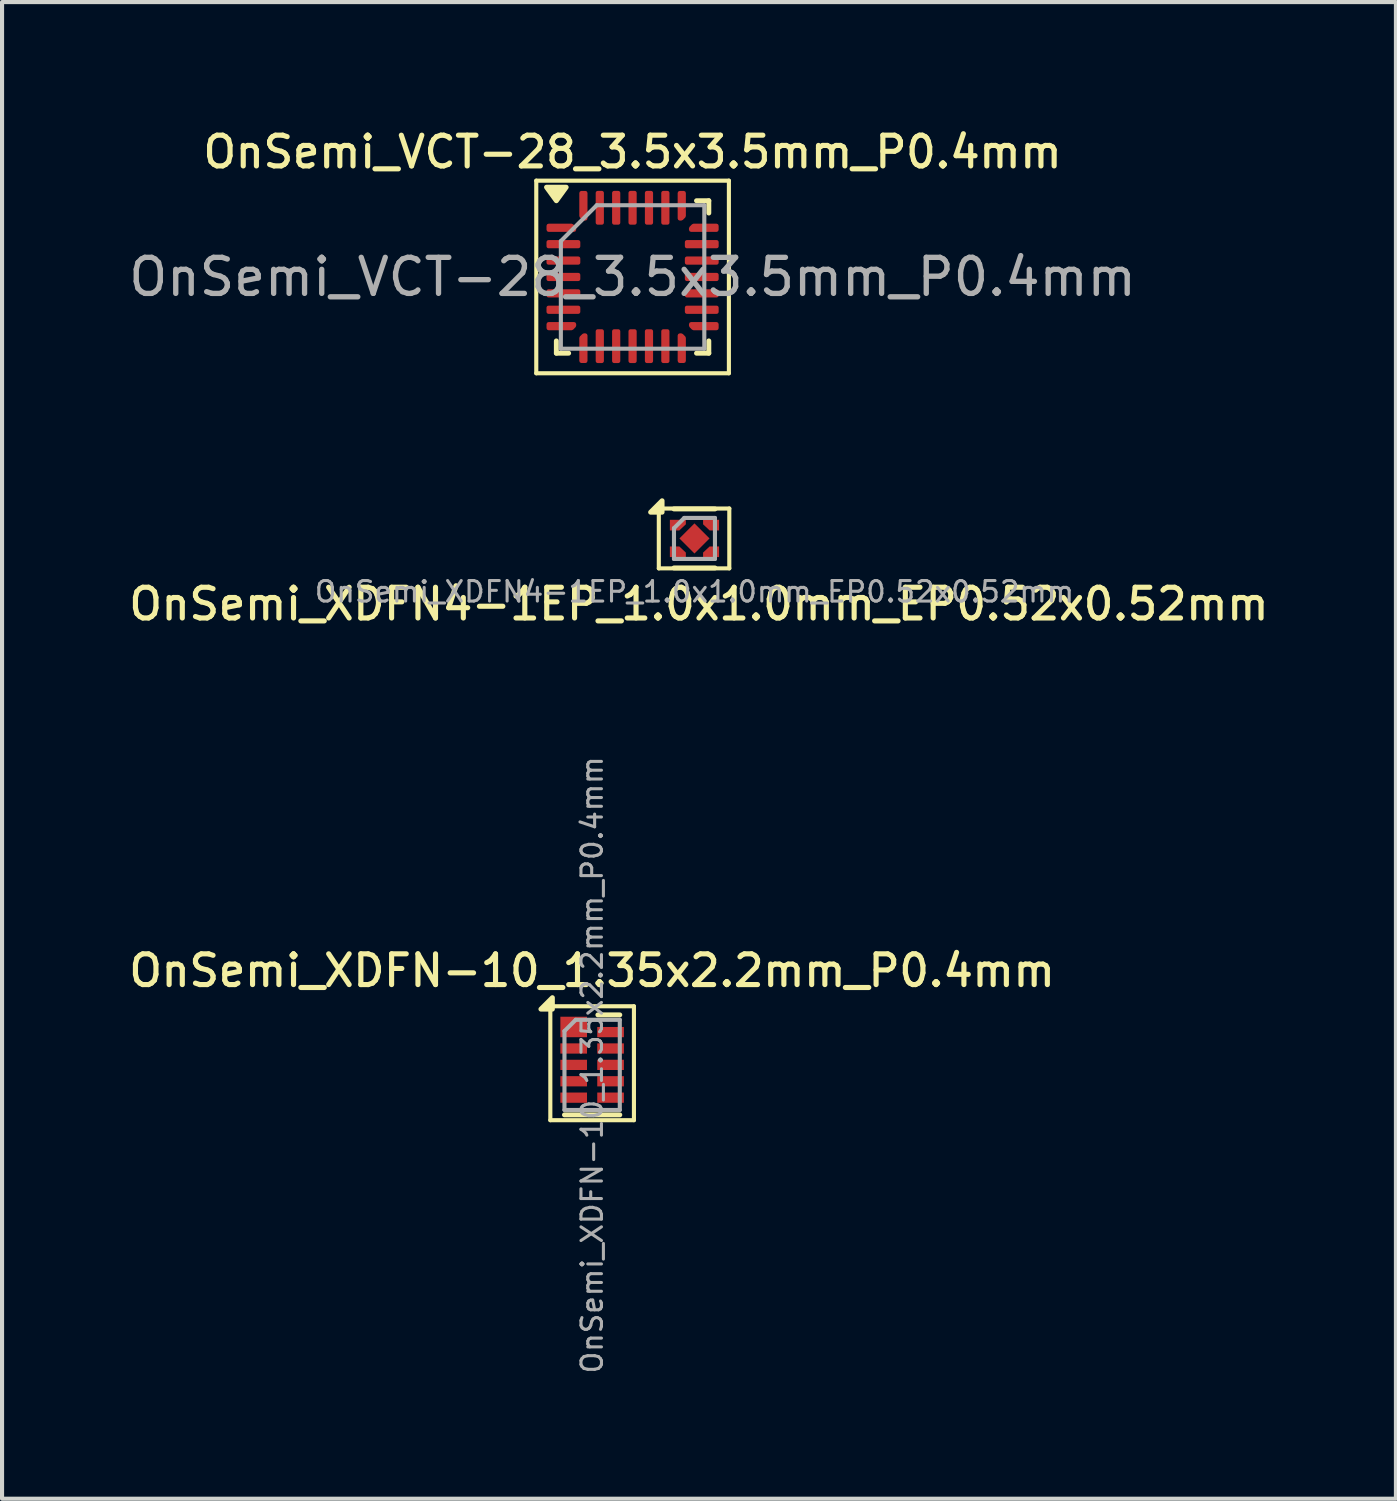
<source format=kicad_pcb>
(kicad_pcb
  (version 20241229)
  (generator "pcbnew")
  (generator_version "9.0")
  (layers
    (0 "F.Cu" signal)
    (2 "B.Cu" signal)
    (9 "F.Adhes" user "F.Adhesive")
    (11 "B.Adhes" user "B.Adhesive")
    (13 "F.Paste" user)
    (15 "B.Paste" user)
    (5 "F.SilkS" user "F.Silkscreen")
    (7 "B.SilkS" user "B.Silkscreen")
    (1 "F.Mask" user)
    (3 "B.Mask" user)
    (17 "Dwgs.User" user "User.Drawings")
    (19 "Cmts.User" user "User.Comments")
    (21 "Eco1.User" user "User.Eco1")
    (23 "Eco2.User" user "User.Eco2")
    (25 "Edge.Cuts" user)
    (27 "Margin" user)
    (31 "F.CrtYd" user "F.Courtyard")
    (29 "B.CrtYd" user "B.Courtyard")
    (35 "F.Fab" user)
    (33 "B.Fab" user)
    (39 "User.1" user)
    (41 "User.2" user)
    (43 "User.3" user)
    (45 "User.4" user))
  (footprint "OnSemi_XDFN-10_1.35x2.2mm_P0.4mm"
    (layer "F.Cu")
    (at 11.398 22.933)
    (property "Reference" "OnSemi_XDFN-10_1.35x2.2mm_P0.4mm" (at 0 -2.3 0) (layer "F.SilkS") (effects (font (size 0.75 0.75) (thickness 0.125))))
    (attr smd)
    (fp_line (start -1.02 -1.43) (end -1.02 1.35) (stroke (width 0.1) (type solid)) (layer "F.SilkS"))
    (fp_line (start -1.02 -1.43) (end 1.02 -1.43) (stroke (width 0.1) (type solid)) (layer "F.SilkS"))
    (fp_line (start -1.02 1.35) (end 1.02 1.35) (stroke (width 0.1) (type solid)) (layer "F.SilkS"))
    (fp_line (start -0.675 1.22) (end 0.675 1.22) (stroke (width 0.12) (type solid)) (layer "F.SilkS"))
    (fp_line (start 0.14 -1.22) (end 0.675 -1.22) (stroke (width 0.12) (type solid)) (layer "F.SilkS"))
    (fp_line (start 1.02 -1.43) (end 1.02 1.35) (stroke (width 0.1) (type solid)) (layer "F.SilkS"))
    (fp_poly (pts (xy -0.97 -1.36) (xy -1.25 -1.36) (xy -0.97 -1.64) (xy -0.97 -1.36)) (stroke (width 0.12) (type solid)) (fill yes) (layer "F.SilkS"))
    (fp_line (start -0.675 -0.825) (end -0.4 -1.1) (stroke (width 0.1) (type solid)) (layer "F.Fab"))
    (fp_line (start -0.675 1.1) (end -0.675 -0.825) (stroke (width 0.1) (type solid)) (layer "F.Fab"))
    (fp_line (start -0.4 -1.1) (end 0.675 -1.1) (stroke (width 0.1) (type solid)) (layer "F.Fab"))
    (fp_line (start 0.675 -1.1) (end 0.675 1.1) (stroke (width 0.1) (type solid)) (layer "F.Fab"))
    (fp_line (start 0.675 1.1) (end -0.675 1.1) (stroke (width 0.1) (type solid)) (layer "F.Fab"))
    (fp_text user "${REFERENCE}" (at 0 0 90) (layer "F.Fab") (effects (font (size 0.5 0.5) (thickness 0.075))))
    (pad "1" smd rect (at -0.45 -0.925) (size 0.65 0.5) (layers "F.Cu" "F.Mask" "F.Paste"))
    (pad "2" smd rect (at -0.45 -0.4) (size 0.65 0.25) (layers "F.Cu" "F.Mask" "F.Paste"))
    (pad "3" smd rect (at -0.45 0) (size 0.65 0.25) (layers "F.Cu" "F.Mask" "F.Paste"))
    (pad "4" smd rect (at -0.45 0.4) (size 0.65 0.25) (layers "F.Cu" "F.Mask" "F.Paste"))
    (pad "5" smd rect (at -0.45 0.8) (size 0.65 0.25) (layers "F.Cu" "F.Mask" "F.Paste"))
    (pad "6" smd rect (at 0.45 0.8) (size 0.65 0.25) (layers "F.Cu" "F.Mask" "F.Paste"))
    (pad "7" smd rect (at 0.45 0.4) (size 0.65 0.25) (layers "F.Cu" "F.Mask" "F.Paste"))
    (pad "8" smd rect (at 0.45 0) (size 0.65 0.25) (layers "F.Cu" "F.Mask" "F.Paste"))
    (pad "9" smd rect (at 0.45 -0.4) (size 0.65 0.25) (layers "F.Cu" "F.Mask" "F.Paste"))
    (pad "10" smd rect (at 0.45 -0.8) (size 0.65 0.25) (layers "F.Cu" "F.Mask" "F.Paste")))
  (footprint "OnSemi_VCT-28_3.5x3.5mm_P0.4mm"
    (layer "F.Cu")
    (at 12.385 3.708)
    (property "Reference" "OnSemi_VCT-28_3.5x3.5mm_P0.4mm" (at 0 -3.05 0) (layer "F.SilkS") (effects (font (size 0.75 0.75) (thickness 0.125))))
    (attr smd)
    (fp_line (start -2.35 -2.35) (end -2.35 2.35) (stroke (width 0.1) (type solid)) (layer "F.SilkS"))
    (fp_line (start -2.35 2.35) (end 2.35 2.35) (stroke (width 0.1) (type solid)) (layer "F.SilkS"))
    (fp_line (start -1.86 1.86) (end -1.86 1.56) (stroke (width 0.12) (type solid)) (layer "F.SilkS"))
    (fp_line (start -1.56 1.86) (end -1.86 1.86) (stroke (width 0.12) (type solid)) (layer "F.SilkS"))
    (fp_line (start 1.56 -1.86) (end 1.86 -1.86) (stroke (width 0.12) (type solid)) (layer "F.SilkS"))
    (fp_line (start 1.56 1.86) (end 1.86 1.86) (stroke (width 0.12) (type solid)) (layer "F.SilkS"))
    (fp_line (start 1.86 -1.86) (end 1.86 -1.56) (stroke (width 0.12) (type solid)) (layer "F.SilkS"))
    (fp_line (start 1.86 1.86) (end 1.86 1.56) (stroke (width 0.12) (type solid)) (layer "F.SilkS"))
    (fp_line (start 2.35 -2.35) (end -2.35 -2.35) (stroke (width 0.1) (type solid)) (layer "F.SilkS"))
    (fp_line (start 2.35 2.35) (end 2.35 -2.35) (stroke (width 0.1) (type solid)) (layer "F.SilkS"))
    (fp_poly (pts (xy -1.86 -1.86) (xy -2.1 -2.19) (xy -1.62 -2.19) (xy -1.86 -1.86)) (stroke (width 0.12) (type solid)) (fill yes) (layer "F.SilkS"))
    (fp_line (start -1.75 -0.875) (end -0.875 -1.75) (stroke (width 0.1) (type solid)) (layer "F.Fab"))
    (fp_line (start -1.75 1.75) (end -1.75 -0.875) (stroke (width 0.1) (type solid)) (layer "F.Fab"))
    (fp_line (start -0.875 -1.75) (end 1.75 -1.75) (stroke (width 0.1) (type solid)) (layer "F.Fab"))
    (fp_line (start 1.75 -1.75) (end 1.75 1.75) (stroke (width 0.1) (type solid)) (layer "F.Fab"))
    (fp_line (start 1.75 1.75) (end -1.75 1.75) (stroke (width 0.1) (type solid)) (layer "F.Fab"))
    (fp_text user "${REFERENCE}" (at 0 0 0) (layer "F.Fab") (effects (font (size 0.88 0.88) (thickness 0.13))))
    (pad "1" smd custom (at -1.738 -1.2) (size 0.136 0.136) (layers "F.Cu" "F.Mask" "F.Paste") (options (anchor circle)) (primitives (gr_poly (pts (xy -0.312 -0.05) (xy 0.252 -0.05) (xy 0.312 0.011) (xy 0.312 0.05) (xy -0.312 0.05)) (width 0.1) (fill yes))))
    (pad "2" smd roundrect (at -1.688 -0.8) (size 0.825 0.2) (layers "F.Cu" "F.Mask" "F.Paste") (roundrect_rratio 0.25))
    (pad "3" smd roundrect (at -1.688 -0.4) (size 0.825 0.2) (layers "F.Cu" "F.Mask" "F.Paste") (roundrect_rratio 0.25))
    (pad "4" smd roundrect (at -1.688 0) (size 0.825 0.2) (layers "F.Cu" "F.Mask" "F.Paste") (roundrect_rratio 0.25))
    (pad "5" smd roundrect (at -1.688 0.4) (size 0.825 0.2) (layers "F.Cu" "F.Mask" "F.Paste") (roundrect_rratio 0.25))
    (pad "6" smd roundrect (at -1.688 0.8) (size 0.825 0.2) (layers "F.Cu" "F.Mask" "F.Paste") (roundrect_rratio 0.25))
    (pad "7" smd custom (at -1.738 1.2) (size 0.136 0.136) (layers "F.Cu" "F.Mask" "F.Paste") (options (anchor circle)) (primitives (gr_poly (pts (xy -0.312 -0.05) (xy 0.312 -0.05) (xy 0.312 -0.011) (xy 0.252 0.05) (xy -0.312 0.05)) (width 0.1) (fill yes))))
    (pad "8" smd custom (at -1.2 1.738) (size 0.136 0.136) (layers "F.Cu" "F.Mask" "F.Paste") (options (anchor circle)) (primitives (gr_poly (pts (xy -0.05 -0.252) (xy 0.011 -0.312) (xy 0.05 -0.312) (xy 0.05 0.312) (xy -0.05 0.312)) (width 0.1) (fill yes))))
    (pad "9" smd roundrect (at -0.8 1.688) (size 0.2 0.825) (layers "F.Cu" "F.Mask" "F.Paste") (roundrect_rratio 0.25))
    (pad "10" smd roundrect (at -0.4 1.688) (size 0.2 0.825) (layers "F.Cu" "F.Mask" "F.Paste") (roundrect_rratio 0.25))
    (pad "11" smd roundrect (at 0 1.688) (size 0.2 0.825) (layers "F.Cu" "F.Mask" "F.Paste") (roundrect_rratio 0.25))
    (pad "12" smd roundrect (at 0.4 1.688) (size 0.2 0.825) (layers "F.Cu" "F.Mask" "F.Paste") (roundrect_rratio 0.25))
    (pad "13" smd roundrect (at 0.8 1.688) (size 0.2 0.825) (layers "F.Cu" "F.Mask" "F.Paste") (roundrect_rratio 0.25))
    (pad "14" smd custom (at 1.2 1.738) (size 0.136 0.136) (layers "F.Cu" "F.Mask" "F.Paste") (options (anchor circle)) (primitives (gr_poly (pts (xy -0.05 -0.312) (xy -0.011 -0.312) (xy 0.05 -0.252) (xy 0.05 0.312) (xy -0.05 0.312)) (width 0.1) (fill yes))))
    (pad "15" smd custom (at 1.738 1.2) (size 0.136 0.136) (layers "F.Cu" "F.Mask" "F.Paste") (options (anchor circle)) (primitives (gr_poly (pts (xy -0.312 -0.05) (xy 0.312 -0.05) (xy 0.312 0.05) (xy -0.252 0.05) (xy -0.312 -0.011)) (width 0.1) (fill yes))))
    (pad "16" smd roundrect (at 1.688 0.8) (size 0.825 0.2) (layers "F.Cu" "F.Mask" "F.Paste") (roundrect_rratio 0.25))
    (pad "17" smd roundrect (at 1.688 0.4) (size 0.825 0.2) (layers "F.Cu" "F.Mask" "F.Paste") (roundrect_rratio 0.25))
    (pad "18" smd roundrect (at 1.688 0) (size 0.825 0.2) (layers "F.Cu" "F.Mask" "F.Paste") (roundrect_rratio 0.25))
    (pad "19" smd roundrect (at 1.688 -0.4) (size 0.825 0.2) (layers "F.Cu" "F.Mask" "F.Paste") (roundrect_rratio 0.25))
    (pad "20" smd roundrect (at 1.688 -0.8) (size 0.825 0.2) (layers "F.Cu" "F.Mask" "F.Paste") (roundrect_rratio 0.25))
    (pad "21" smd custom (at 1.738 -1.2) (size 0.136 0.136) (layers "F.Cu" "F.Mask" "F.Paste") (options (anchor circle)) (primitives (gr_poly (pts (xy -0.312 0.011) (xy -0.252 -0.05) (xy 0.312 -0.05) (xy 0.312 0.05) (xy -0.312 0.05)) (width 0.1) (fill yes))))
    (pad "22" smd custom (at 1.2 -1.738) (size 0.136 0.136) (layers "F.Cu" "F.Mask" "F.Paste") (options (anchor circle)) (primitives (gr_poly (pts (xy -0.05 -0.312) (xy 0.05 -0.312) (xy 0.05 0.252) (xy -0.011 0.312) (xy -0.05 0.312)) (width 0.1) (fill yes))))
    (pad "23" smd roundrect (at 0.8 -1.688) (size 0.2 0.825) (layers "F.Cu" "F.Mask" "F.Paste") (roundrect_rratio 0.25))
    (pad "24" smd roundrect (at 0.4 -1.688) (size 0.2 0.825) (layers "F.Cu" "F.Mask" "F.Paste") (roundrect_rratio 0.25))
    (pad "25" smd roundrect (at 0 -1.688) (size 0.2 0.825) (layers "F.Cu" "F.Mask" "F.Paste") (roundrect_rratio 0.25))
    (pad "26" smd roundrect (at -0.4 -1.688) (size 0.2 0.825) (layers "F.Cu" "F.Mask" "F.Paste") (roundrect_rratio 0.25))
    (pad "27" smd roundrect (at -0.8 -1.688) (size 0.2 0.825) (layers "F.Cu" "F.Mask" "F.Paste") (roundrect_rratio 0.25))
    (pad "28" smd custom (at -1.2 -1.738) (size 0.136 0.136) (layers "F.Cu" "F.Mask" "F.Paste") (options (anchor circle)) (primitives (gr_poly (pts (xy -0.05 -0.312) (xy 0.05 -0.312) (xy 0.05 0.312) (xy 0.011 0.312) (xy -0.05 0.252)) (width 0.1) (fill yes)))))
  (footprint "OnSemi_XDFN4-1EP_1.0x1.0mm_EP0.52x0.52mm"
    (layer "F.Cu")
    (at 13.895 10.088)
    (property "Reference" "OnSemi_XDFN4-1EP_1.0x1.0mm_EP0.52x0.52mm" (at 0.11 1.6 0) (layer "F.SilkS") (effects (font (size 0.75 0.75) (thickness 0.125))))
    (attr smd)
    (fp_line (start -0.87 -0.73) (end 0.85 -0.73) (stroke (width 0.1) (type solid)) (layer "F.SilkS"))
    (fp_line (start -0.87 0.73) (end -0.87 -0.73) (stroke (width 0.1) (type solid)) (layer "F.SilkS"))
    (fp_line (start -0.5 0.72) (end 0.5 0.72) (stroke (width 0.12) (type solid)) (layer "F.SilkS"))
    (fp_line (start 0.5 -0.72) (end -0.5 -0.72) (stroke (width 0.12) (type solid)) (layer "F.SilkS"))
    (fp_line (start 0.85 -0.73) (end 0.85 0.73) (stroke (width 0.1) (type solid)) (layer "F.SilkS"))
    (fp_line (start 0.85 0.73) (end -0.87 0.73) (stroke (width 0.1) (type solid)) (layer "F.SilkS"))
    (fp_poly (pts (xy -0.79 -0.64) (xy -1.07 -0.64) (xy -0.79 -0.92) (xy -0.79 -0.64)) (stroke (width 0.12) (type solid)) (fill yes) (layer "F.SilkS"))
    (fp_line (start -0.5 -0.25) (end -0.25 -0.5) (stroke (width 0.1) (type solid)) (layer "F.Fab"))
    (fp_line (start -0.5 0.5) (end -0.5 -0.25) (stroke (width 0.1) (type solid)) (layer "F.Fab"))
    (fp_line (start -0.25 -0.5) (end 0.5 -0.5) (stroke (width 0.1) (type solid)) (layer "F.Fab"))
    (fp_line (start 0.5 -0.5) (end 0.5 0.5) (stroke (width 0.1) (type solid)) (layer "F.Fab"))
    (fp_line (start 0.5 0.5) (end -0.5 0.5) (stroke (width 0.1) (type solid)) (layer "F.Fab"))
    (fp_text user "${REFERENCE}" (at 0 1.3 0) (layer "F.Fab") (effects (font (size 0.5 0.5) (thickness 0.075))))
    (pad "1" smd custom (at -0.485 -0.325 270) (size 0.26 0.23) (layers "F.Cu" "F.Mask" "F.Paste") (options (anchor rect)) (primitives (gr_poly (pts (xy 0.13 -0.115) (xy -0.13 -0.115) (xy -0.13 -0.275) (xy -0.02 -0.275)) (width 0) (fill yes))))
    (pad "2" smd custom (at -0.485 0.325 270) (size 0.26 0.23) (layers "F.Cu" "F.Mask" "F.Paste") (options (anchor rect)) (primitives (gr_poly (pts (xy 0.13 -0.115) (xy -0.13 -0.115) (xy 0.02 -0.275) (xy 0.13 -0.275)) (width 0) (fill yes))))
    (pad "3" smd custom (at 0.485 0.325 90) (size 0.26 0.23) (layers "F.Cu" "F.Mask" "F.Paste") (options (anchor rect)) (primitives (gr_poly (pts (xy 0.13 -0.115) (xy -0.13 -0.115) (xy -0.13 -0.275) (xy -0.02 -0.275)) (width 0) (fill yes))))
    (pad "4" smd custom (at 0.485 -0.325 90) (size 0.26 0.23) (layers "F.Cu" "F.Mask" "F.Paste") (options (anchor rect)) (primitives (gr_poly (pts (xy 0.13 -0.115) (xy -0.13 -0.115) (xy 0.02 -0.275) (xy 0.13 -0.275)) (width 0) (fill yes))))
    (pad "5" smd rect (at 0 0 135) (size 0.52 0.52) (layers "F.Cu" "F.Mask" "F.Paste")))
  (gr_rect
    (start -3 -3)
    (end 31.011 33.519)
    (stroke (width 0.1) (type default))
    (fill no)
    (layer "Edge.Cuts")))
</source>
